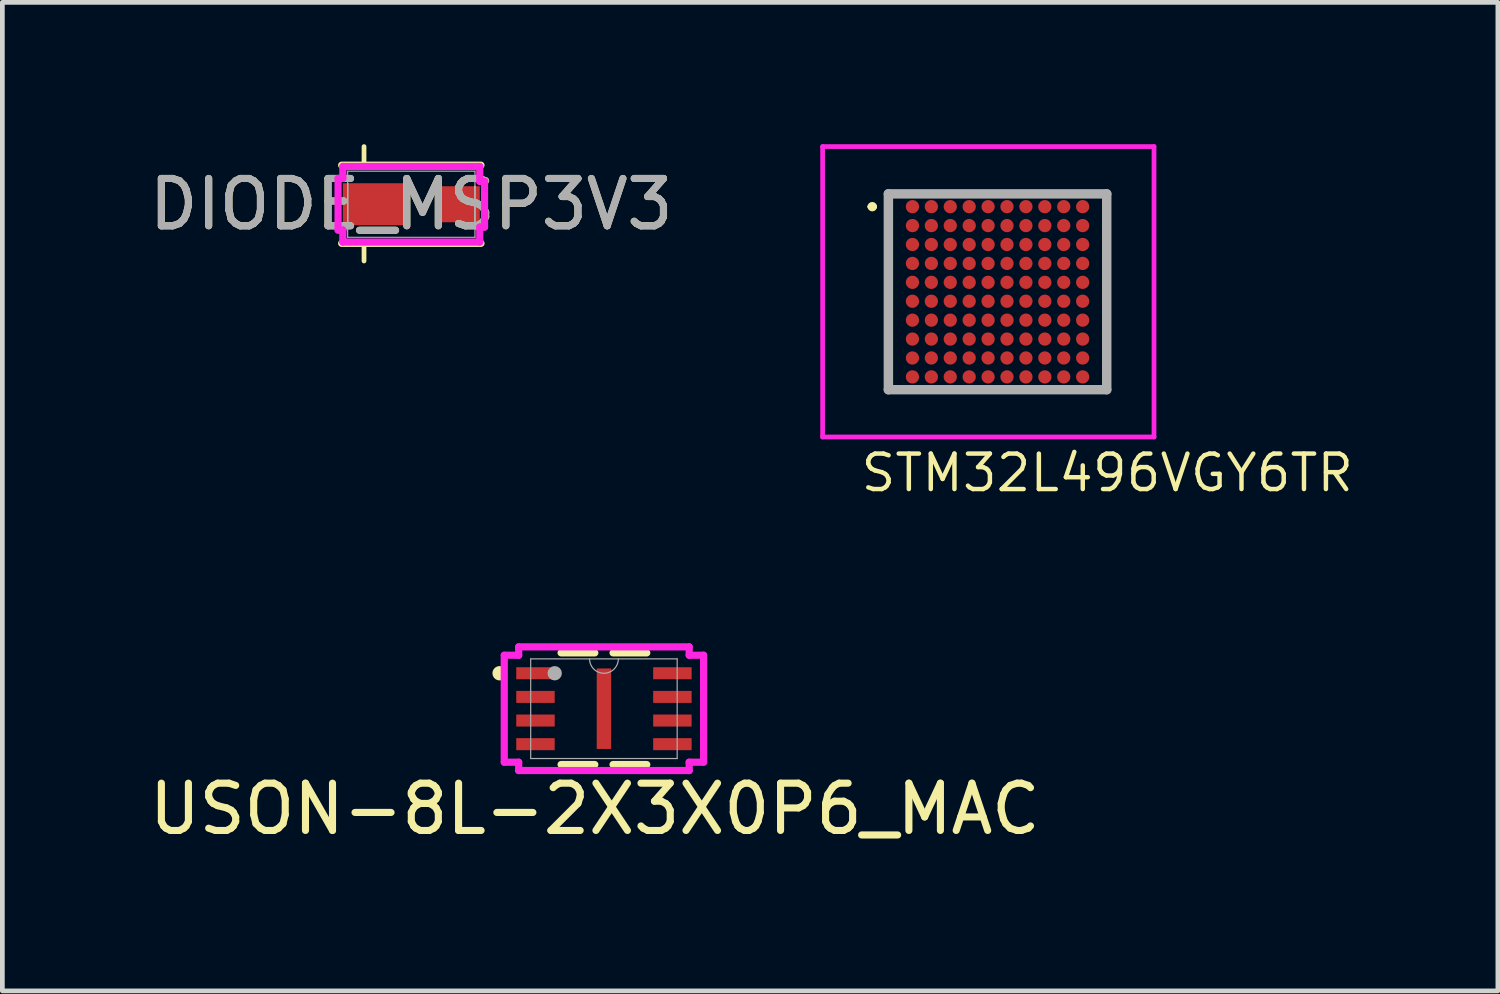
<source format=kicad_pcb>
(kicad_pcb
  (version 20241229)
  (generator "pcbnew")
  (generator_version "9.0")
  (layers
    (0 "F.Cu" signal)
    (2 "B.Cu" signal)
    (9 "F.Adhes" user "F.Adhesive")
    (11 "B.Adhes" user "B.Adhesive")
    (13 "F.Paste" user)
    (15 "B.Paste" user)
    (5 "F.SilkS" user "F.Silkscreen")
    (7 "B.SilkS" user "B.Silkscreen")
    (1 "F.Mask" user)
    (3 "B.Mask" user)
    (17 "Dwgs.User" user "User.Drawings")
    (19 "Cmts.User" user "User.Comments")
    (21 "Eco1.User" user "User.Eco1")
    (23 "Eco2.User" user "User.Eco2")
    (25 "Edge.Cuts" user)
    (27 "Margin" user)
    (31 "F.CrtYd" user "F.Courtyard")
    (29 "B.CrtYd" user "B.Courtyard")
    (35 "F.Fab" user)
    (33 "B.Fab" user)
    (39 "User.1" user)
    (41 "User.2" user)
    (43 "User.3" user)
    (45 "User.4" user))
  (footprint "USON-8L-2X3X0P6_MAC"
    (layer "F.Cu")
    (at 9.723 11.939)
    (property "Reference" "USON-8L-2X3X0P6_MAC" (at -0.193 2.12 0) (unlocked yes) (layer "F.SilkS") (effects (font (size 1 1) (thickness 0.15))))
    (attr smd)
    (fp_line (start -0.906 1.181) (end -0.193 1.181) (stroke (width 0.152) (type solid)) (layer "F.SilkS"))
    (fp_line (start -0.193 -1.181) (end -0.906 -1.181) (stroke (width 0.152) (type solid)) (layer "F.SilkS"))
    (fp_line (start 0.193 1.181) (end 0.906 1.181) (stroke (width 0.152) (type solid)) (layer "F.SilkS"))
    (fp_line (start 0.906 -1.181) (end 0.193 -1.181) (stroke (width 0.152) (type solid)) (layer "F.SilkS"))
    (fp_arc (start -2.18694 -0.676171) (mid -2.282 -0.75) (end -2.18694 -0.823829) (stroke (width 0.1524) (type solid)) (layer "F.SilkS"))
    (fp_line (start -2.108 -1.131) (end -1.803 -1.131) (stroke (width 0.152) (type solid)) (layer "F.CrtYd"))
    (fp_line (start -2.108 1.131) (end -2.108 -1.131) (stroke (width 0.152) (type solid)) (layer "F.CrtYd"))
    (fp_line (start -2.108 1.131) (end -1.803 1.131) (stroke (width 0.152) (type solid)) (layer "F.CrtYd"))
    (fp_line (start -1.803 -1.308) (end 1.803 -1.308) (stroke (width 0.152) (type solid)) (layer "F.CrtYd"))
    (fp_line (start -1.803 -1.131) (end -1.803 -1.308) (stroke (width 0.152) (type solid)) (layer "F.CrtYd"))
    (fp_line (start -1.803 1.308) (end -1.803 1.131) (stroke (width 0.152) (type solid)) (layer "F.CrtYd"))
    (fp_line (start 1.803 -1.308) (end 1.803 -1.131) (stroke (width 0.152) (type solid)) (layer "F.CrtYd"))
    (fp_line (start 1.803 1.131) (end 1.803 1.308) (stroke (width 0.152) (type solid)) (layer "F.CrtYd"))
    (fp_line (start 1.803 1.308) (end -1.803 1.308) (stroke (width 0.152) (type solid)) (layer "F.CrtYd"))
    (fp_line (start 2.108 -1.131) (end 1.803 -1.131) (stroke (width 0.152) (type solid)) (layer "F.CrtYd"))
    (fp_line (start 2.108 -1.131) (end 2.108 1.131) (stroke (width 0.152) (type solid)) (layer "F.CrtYd"))
    (fp_line (start 2.108 1.131) (end 1.803 1.131) (stroke (width 0.152) (type solid)) (layer "F.CrtYd"))
    (fp_line (start -1.549 -1.054) (end -1.549 1.054) (stroke (width 0.025) (type solid)) (layer "F.Fab"))
    (fp_line (start -1.549 1.054) (end 1.549 1.054) (stroke (width 0.025) (type solid)) (layer "F.Fab"))
    (fp_line (start 1.549 -1.054) (end -1.549 -1.054) (stroke (width 0.025) (type solid)) (layer "F.Fab"))
    (fp_line (start 1.549 1.054) (end 1.549 -1.054) (stroke (width 0.025) (type solid)) (layer "F.Fab"))
    (fp_arc (start 0.3048 -1.0541) (mid 0 -0.7493) (end -0.3048 -1.0541) (stroke (width 0.0254) (type solid)) (layer "F.Fab"))
    (fp_circle (center -1.041 -0.75) (end -1.041 -0.75) (stroke (width 0.152) (type solid)) (fill no) (layer "F.Fab"))
    (pad "1" smd rect (at -1.448 -0.75) (size 0.813 0.254) (layers "F.Cu" "F.Mask" "F.Paste"))
    (pad "2" smd rect (at -1.448 -0.25) (size 0.813 0.254) (layers "F.Cu" "F.Mask" "F.Paste"))
    (pad "3" smd rect (at -1.448 0.25) (size 0.813 0.254) (layers "F.Cu" "F.Mask" "F.Paste"))
    (pad "4" smd rect (at -1.448 0.75) (size 0.813 0.254) (layers "F.Cu" "F.Mask" "F.Paste"))
    (pad "5" smd rect (at 1.448 0.75) (size 0.813 0.254) (layers "F.Cu" "F.Mask" "F.Paste"))
    (pad "6" smd rect (at 1.448 0.25) (size 0.813 0.254) (layers "F.Cu" "F.Mask" "F.Paste"))
    (pad "7" smd rect (at 1.448 -0.25) (size 0.813 0.254) (layers "F.Cu" "F.Mask" "F.Paste"))
    (pad "8" smd rect (at 1.448 -0.75) (size 0.813 0.254) (layers "F.Cu" "F.Mask" "F.Paste"))
    (pad "9" smd rect (at 0 0) (size 0.305 1.702) (layers "F.Cu" "F.Mask" "F.Paste")))
  (footprint "DIODE_MSP3V3"
    (layer "F.Cu")
    (at 5.649 1.27)
    (property "Reference" "DIODE_MSP3V3" (at 0 0 0) (unlocked yes) (layer "F.SilkS") (effects (font (size 1 1) (thickness 0.15))))
    (attr smd)
    (fp_line (start -1.473 0.826) (end 1.473 0.826) (stroke (width 0.152) (type solid)) (layer "F.SilkS"))
    (fp_line (start -1 -1.22) (end -1 -0.82) (stroke (width 0.1) (type solid)) (layer "F.SilkS"))
    (fp_line (start -1 0.8) (end -1 1.2) (stroke (width 0.1) (type solid)) (layer "F.SilkS"))
    (fp_line (start 1.473 -0.826) (end -1.473 -0.826) (stroke (width 0.152) (type solid)) (layer "F.SilkS"))
    (fp_line (start -1.549 -0.546) (end -1.448 -0.546) (stroke (width 0.152) (type solid)) (layer "F.CrtYd"))
    (fp_line (start -1.549 0.546) (end -1.549 -0.546) (stroke (width 0.152) (type solid)) (layer "F.CrtYd"))
    (fp_line (start -1.448 -0.8) (end 1.448 -0.8) (stroke (width 0.152) (type solid)) (layer "F.CrtYd"))
    (fp_line (start -1.448 -0.546) (end -1.448 -0.8) (stroke (width 0.152) (type solid)) (layer "F.CrtYd"))
    (fp_line (start -1.448 0.546) (end -1.549 0.546) (stroke (width 0.152) (type solid)) (layer "F.CrtYd"))
    (fp_line (start -1.448 0.8) (end -1.448 0.546) (stroke (width 0.152) (type solid)) (layer "F.CrtYd"))
    (fp_line (start 1.448 -0.8) (end 1.448 -0.483) (stroke (width 0.152) (type solid)) (layer "F.CrtYd"))
    (fp_line (start 1.448 -0.483) (end 1.549 -0.483) (stroke (width 0.152) (type solid)) (layer "F.CrtYd"))
    (fp_line (start 1.448 0.483) (end 1.448 0.8) (stroke (width 0.152) (type solid)) (layer "F.CrtYd"))
    (fp_line (start 1.448 0.8) (end -1.448 0.8) (stroke (width 0.152) (type solid)) (layer "F.CrtYd"))
    (fp_line (start 1.549 -0.483) (end 1.549 0.483) (stroke (width 0.152) (type solid)) (layer "F.CrtYd"))
    (fp_line (start 1.549 0.483) (end 1.448 0.483) (stroke (width 0.152) (type solid)) (layer "F.CrtYd"))
    (fp_line (start -1.346 -0.699) (end -1.346 0.699) (stroke (width 0.025) (type solid)) (layer "F.Fab"))
    (fp_line (start -1.346 -0.445) (end -1.346 -0.445) (stroke (width 0.025) (type solid)) (layer "F.Fab"))
    (fp_line (start -1.346 -0.445) (end -1.346 0.445) (stroke (width 0.025) (type solid)) (layer "F.Fab"))
    (fp_line (start -1.346 0.445) (end -1.346 -0.445) (stroke (width 0.025) (type solid)) (layer "F.Fab"))
    (fp_line (start -1.346 0.445) (end -1.346 0.445) (stroke (width 0.025) (type solid)) (layer "F.Fab"))
    (fp_line (start -1.346 0.699) (end 1.346 0.699) (stroke (width 0.025) (type solid)) (layer "F.Fab"))
    (fp_line (start 1.346 -0.699) (end -1.346 -0.699) (stroke (width 0.025) (type solid)) (layer "F.Fab"))
    (fp_line (start 1.346 -0.381) (end 1.346 -0.381) (stroke (width 0.025) (type solid)) (layer "F.Fab"))
    (fp_line (start 1.346 -0.381) (end 1.346 0.381) (stroke (width 0.025) (type solid)) (layer "F.Fab"))
    (fp_line (start 1.346 0.381) (end 1.346 -0.381) (stroke (width 0.025) (type solid)) (layer "F.Fab"))
    (fp_line (start 1.346 0.381) (end 1.346 0.381) (stroke (width 0.025) (type solid)) (layer "F.Fab"))
    (fp_line (start 1.346 0.699) (end 1.346 -0.699) (stroke (width 0.025) (type solid)) (layer "F.Fab"))
    (fp_text user "${REFERENCE}" (at 0 0 0) (unlocked yes) (layer "F.Fab") (effects (font (size 1 1) (thickness 0.15))))
    (pad "1" smd rect (at -0.749 0) (size 1.397 0.889) (layers "F.Cu" "F.Mask" "F.Paste"))
    (pad "2" smd rect (at 1.016 0) (size 0.864 0.762) (layers "F.Cu" "F.Mask" "F.Paste"))
    (zone (net_name "") (layer "F.Cu") (hatch full 0.508) (connect_pads) (min_thickness 0.254) (filled_areas_thickness no) (keepout (tracks not_allowed) (vias not_allowed) (pads allowed) (copperpour not_allowed) (footprints allowed)) (placement (enabled no)) (fill) (polygon (pts (xy 5.649 0.622) (xy 6.182 0.622) (xy 6.182 1.918) (xy 5.649 1.918)))))
  (footprint "STM32L496VGY6TR"
    (layer "F.Cu")
    (at 18.048 3.121)
    (property "Reference" "STM32L496VGY6TR" (at 2.32 3.83 0) (layer "F.SilkS") (effects (font (size 0.75 0.75) (thickness 0.094))))
    (attr smd)
    (fp_line (start -2.7 -1.8) (end -2.7 -1.8) (stroke (width 0.1) (type solid)) (layer "F.SilkS"))
    (fp_line (start -2.6 -1.8) (end -2.6 -1.8) (stroke (width 0.1) (type solid)) (layer "F.SilkS"))
    (fp_line (start -2.309 -2.071) (end 2.309 -2.071) (stroke (width 0.1) (type solid)) (layer "F.SilkS"))
    (fp_line (start -2.309 2.071) (end -2.309 -2.071) (stroke (width 0.1) (type solid)) (layer "F.SilkS"))
    (fp_line (start 2.309 -2.071) (end 2.309 2.071) (stroke (width 0.1) (type solid)) (layer "F.SilkS"))
    (fp_line (start 2.309 2.071) (end -2.309 2.071) (stroke (width 0.1) (type solid)) (layer "F.SilkS"))
    (fp_arc (start -2.7 -1.8) (mid -2.65 -1.85) (end -2.6 -1.8) (stroke (width 0.1) (type solid)) (layer "F.SilkS"))
    (fp_arc (start -2.6 -1.8) (mid -2.65 -1.75) (end -2.7 -1.8) (stroke (width 0.1) (type solid)) (layer "F.SilkS"))
    (fp_line (start -3.7 -3.071) (end 3.309 -3.071) (stroke (width 0.1) (type solid)) (layer "F.CrtYd"))
    (fp_line (start -3.7 3.071) (end -3.7 -3.071) (stroke (width 0.1) (type solid)) (layer "F.CrtYd"))
    (fp_line (start 3.309 -3.071) (end 3.309 3.071) (stroke (width 0.1) (type solid)) (layer "F.CrtYd"))
    (fp_line (start 3.309 3.071) (end -3.7 3.071) (stroke (width 0.1) (type solid)) (layer "F.CrtYd"))
    (fp_line (start -2.309 -2.071) (end 2.309 -2.071) (stroke (width 0.2) (type solid)) (layer "F.Fab"))
    (fp_line (start -2.309 2.071) (end -2.309 -2.071) (stroke (width 0.2) (type solid)) (layer "F.Fab"))
    (fp_line (start 2.309 -2.071) (end 2.309 2.071) (stroke (width 0.2) (type solid)) (layer "F.Fab"))
    (fp_line (start 2.309 2.071) (end -2.309 2.071) (stroke (width 0.2) (type solid)) (layer "F.Fab"))
    (pad "A1" smd circle (at -1.8 -1.8 90) (size 0.28 0.28) (layers "F.Cu" "F.Mask" "F.Paste"))
    (pad "A2" smd circle (at -1.4 -1.8 90) (size 0.28 0.28) (layers "F.Cu" "F.Mask" "F.Paste"))
    (pad "A3" smd circle (at -1 -1.8 90) (size 0.28 0.28) (layers "F.Cu" "F.Mask" "F.Paste"))
    (pad "A4" smd circle (at -0.6 -1.8 90) (size 0.28 0.28) (layers "F.Cu" "F.Mask" "F.Paste"))
    (pad "A5" smd circle (at -0.2 -1.8 90) (size 0.28 0.28) (layers "F.Cu" "F.Mask" "F.Paste"))
    (pad "A6" smd circle (at 0.2 -1.8 90) (size 0.28 0.28) (layers "F.Cu" "F.Mask" "F.Paste"))
    (pad "A7" smd circle (at 0.6 -1.8 90) (size 0.28 0.28) (layers "F.Cu" "F.Mask" "F.Paste"))
    (pad "A8" smd circle (at 1 -1.8 90) (size 0.28 0.28) (layers "F.Cu" "F.Mask" "F.Paste"))
    (pad "A9" smd circle (at 1.4 -1.8 90) (size 0.28 0.28) (layers "F.Cu" "F.Mask" "F.Paste"))
    (pad "A10" smd circle (at 1.8 -1.8 90) (size 0.28 0.28) (layers "F.Cu" "F.Mask" "F.Paste"))
    (pad "B1" smd circle (at -1.8 -1.4 90) (size 0.28 0.28) (layers "F.Cu" "F.Mask" "F.Paste"))
    (pad "B2" smd circle (at -1.4 -1.4 90) (size 0.28 0.28) (layers "F.Cu" "F.Mask" "F.Paste"))
    (pad "B3" smd circle (at -1 -1.4 90) (size 0.28 0.28) (layers "F.Cu" "F.Mask" "F.Paste"))
    (pad "B4" smd circle (at -0.6 -1.4 90) (size 0.28 0.28) (layers "F.Cu" "F.Mask" "F.Paste"))
    (pad "B5" smd circle (at -0.2 -1.4 90) (size 0.28 0.28) (layers "F.Cu" "F.Mask" "F.Paste"))
    (pad "B6" smd circle (at 0.2 -1.4 90) (size 0.28 0.28) (layers "F.Cu" "F.Mask" "F.Paste"))
    (pad "B7" smd circle (at 0.6 -1.4 90) (size 0.28 0.28) (layers "F.Cu" "F.Mask" "F.Paste"))
    (pad "B8" smd circle (at 1 -1.4 90) (size 0.28 0.28) (layers "F.Cu" "F.Mask" "F.Paste"))
    (pad "B9" smd circle (at 1.4 -1.4 90) (size 0.28 0.28) (layers "F.Cu" "F.Mask" "F.Paste"))
    (pad "B10" smd circle (at 1.8 -1.4 90) (size 0.28 0.28) (layers "F.Cu" "F.Mask" "F.Paste"))
    (pad "C1" smd circle (at -1.8 -1 90) (size 0.28 0.28) (layers "F.Cu" "F.Mask" "F.Paste"))
    (pad "C2" smd circle (at -1.4 -1 90) (size 0.28 0.28) (layers "F.Cu" "F.Mask" "F.Paste"))
    (pad "C3" smd circle (at -1 -1 90) (size 0.28 0.28) (layers "F.Cu" "F.Mask" "F.Paste"))
    (pad "C4" smd circle (at -0.6 -1 90) (size 0.28 0.28) (layers "F.Cu" "F.Mask" "F.Paste"))
    (pad "C5" smd circle (at -0.2 -1 90) (size 0.28 0.28) (layers "F.Cu" "F.Mask" "F.Paste"))
    (pad "C6" smd circle (at 0.2 -1 90) (size 0.28 0.28) (layers "F.Cu" "F.Mask" "F.Paste"))
    (pad "C7" smd circle (at 0.6 -1 90) (size 0.28 0.28) (layers "F.Cu" "F.Mask" "F.Paste"))
    (pad "C8" smd circle (at 1 -1 90) (size 0.28 0.28) (layers "F.Cu" "F.Mask" "F.Paste"))
    (pad "C9" smd circle (at 1.4 -1 90) (size 0.28 0.28) (layers "F.Cu" "F.Mask" "F.Paste"))
    (pad "C10" smd circle (at 1.8 -1 90) (size 0.28 0.28) (layers "F.Cu" "F.Mask" "F.Paste"))
    (pad "D1" smd circle (at -1.8 -0.6 90) (size 0.28 0.28) (layers "F.Cu" "F.Mask" "F.Paste"))
    (pad "D2" smd circle (at -1.4 -0.6 90) (size 0.28 0.28) (layers "F.Cu" "F.Mask" "F.Paste"))
    (pad "D3" smd circle (at -1 -0.6 90) (size 0.28 0.28) (layers "F.Cu" "F.Mask" "F.Paste"))
    (pad "D4" smd circle (at -0.6 -0.6 90) (size 0.28 0.28) (layers "F.Cu" "F.Mask" "F.Paste"))
    (pad "D5" smd circle (at -0.2 -0.6 90) (size 0.28 0.28) (layers "F.Cu" "F.Mask" "F.Paste"))
    (pad "D6" smd circle (at 0.2 -0.6 90) (size 0.28 0.28) (layers "F.Cu" "F.Mask" "F.Paste"))
    (pad "D7" smd circle (at 0.6 -0.6 90) (size 0.28 0.28) (layers "F.Cu" "F.Mask" "F.Paste"))
    (pad "D8" smd circle (at 1 -0.6 90) (size 0.28 0.28) (layers "F.Cu" "F.Mask" "F.Paste"))
    (pad "D9" smd circle (at 1.4 -0.6 90) (size 0.28 0.28) (layers "F.Cu" "F.Mask" "F.Paste"))
    (pad "D10" smd circle (at 1.8 -0.6 90) (size 0.28 0.28) (layers "F.Cu" "F.Mask" "F.Paste"))
    (pad "E1" smd circle (at -1.8 -0.2 90) (size 0.28 0.28) (layers "F.Cu" "F.Mask" "F.Paste"))
    (pad "E2" smd circle (at -1.4 -0.2 90) (size 0.28 0.28) (layers "F.Cu" "F.Mask" "F.Paste"))
    (pad "E3" smd circle (at -1 -0.2 90) (size 0.28 0.28) (layers "F.Cu" "F.Mask" "F.Paste"))
    (pad "E4" smd circle (at -0.6 -0.2 90) (size 0.28 0.28) (layers "F.Cu" "F.Mask" "F.Paste"))
    (pad "E5" smd circle (at -0.2 -0.2 90) (size 0.28 0.28) (layers "F.Cu" "F.Mask" "F.Paste"))
    (pad "E6" smd circle (at 0.2 -0.2 90) (size 0.28 0.28) (layers "F.Cu" "F.Mask" "F.Paste"))
    (pad "E7" smd circle (at 0.6 -0.2 90) (size 0.28 0.28) (layers "F.Cu" "F.Mask" "F.Paste"))
    (pad "E8" smd circle (at 1 -0.2 90) (size 0.28 0.28) (layers "F.Cu" "F.Mask" "F.Paste"))
    (pad "E9" smd circle (at 1.4 -0.2 90) (size 0.28 0.28) (layers "F.Cu" "F.Mask" "F.Paste"))
    (pad "E10" smd circle (at 1.8 -0.2 90) (size 0.28 0.28) (layers "F.Cu" "F.Mask" "F.Paste"))
    (pad "F1" smd circle (at -1.8 0.2 90) (size 0.28 0.28) (layers "F.Cu" "F.Mask" "F.Paste"))
    (pad "F2" smd circle (at -1.4 0.2 90) (size 0.28 0.28) (layers "F.Cu" "F.Mask" "F.Paste"))
    (pad "F3" smd circle (at -1 0.2 90) (size 0.28 0.28) (layers "F.Cu" "F.Mask" "F.Paste"))
    (pad "F4" smd circle (at -0.6 0.2 90) (size 0.28 0.28) (layers "F.Cu" "F.Mask" "F.Paste"))
    (pad "F5" smd circle (at -0.2 0.2 90) (size 0.28 0.28) (layers "F.Cu" "F.Mask" "F.Paste"))
    (pad "F6" smd circle (at 0.2 0.2 90) (size 0.28 0.28) (layers "F.Cu" "F.Mask" "F.Paste"))
    (pad "F7" smd circle (at 0.6 0.2 90) (size 0.28 0.28) (layers "F.Cu" "F.Mask" "F.Paste"))
    (pad "F8" smd circle (at 1 0.2 90) (size 0.28 0.28) (layers "F.Cu" "F.Mask" "F.Paste"))
    (pad "F9" smd circle (at 1.4 0.2 90) (size 0.28 0.28) (layers "F.Cu" "F.Mask" "F.Paste"))
    (pad "F10" smd circle (at 1.8 0.2 90) (size 0.28 0.28) (layers "F.Cu" "F.Mask" "F.Paste"))
    (pad "G1" smd circle (at -1.8 0.6 90) (size 0.28 0.28) (layers "F.Cu" "F.Mask" "F.Paste"))
    (pad "G2" smd circle (at -1.4 0.6 90) (size 0.28 0.28) (layers "F.Cu" "F.Mask" "F.Paste"))
    (pad "G3" smd circle (at -1 0.6 90) (size 0.28 0.28) (layers "F.Cu" "F.Mask" "F.Paste"))
    (pad "G4" smd circle (at -0.6 0.6 90) (size 0.28 0.28) (layers "F.Cu" "F.Mask" "F.Paste"))
    (pad "G5" smd circle (at -0.2 0.6 90) (size 0.28 0.28) (layers "F.Cu" "F.Mask" "F.Paste"))
    (pad "G6" smd circle (at 0.2 0.6 90) (size 0.28 0.28) (layers "F.Cu" "F.Mask" "F.Paste"))
    (pad "G7" smd circle (at 0.6 0.6 90) (size 0.28 0.28) (layers "F.Cu" "F.Mask" "F.Paste"))
    (pad "G8" smd circle (at 1 0.6 90) (size 0.28 0.28) (layers "F.Cu" "F.Mask" "F.Paste"))
    (pad "G9" smd circle (at 1.4 0.6 90) (size 0.28 0.28) (layers "F.Cu" "F.Mask" "F.Paste"))
    (pad "G10" smd circle (at 1.8 0.6 90) (size 0.28 0.28) (layers "F.Cu" "F.Mask" "F.Paste"))
    (pad "H1" smd circle (at -1.8 1 90) (size 0.28 0.28) (layers "F.Cu" "F.Mask" "F.Paste"))
    (pad "H2" smd circle (at -1.4 1 90) (size 0.28 0.28) (layers "F.Cu" "F.Mask" "F.Paste"))
    (pad "H3" smd circle (at -1 1 90) (size 0.28 0.28) (layers "F.Cu" "F.Mask" "F.Paste"))
    (pad "H4" smd circle (at -0.6 1 90) (size 0.28 0.28) (layers "F.Cu" "F.Mask" "F.Paste"))
    (pad "H5" smd circle (at -0.2 1 90) (size 0.28 0.28) (layers "F.Cu" "F.Mask" "F.Paste"))
    (pad "H6" smd circle (at 0.2 1 90) (size 0.28 0.28) (layers "F.Cu" "F.Mask" "F.Paste"))
    (pad "H7" smd circle (at 0.6 1 90) (size 0.28 0.28) (layers "F.Cu" "F.Mask" "F.Paste"))
    (pad "H8" smd circle (at 1 1 90) (size 0.28 0.28) (layers "F.Cu" "F.Mask" "F.Paste"))
    (pad "H9" smd circle (at 1.4 1 90) (size 0.28 0.28) (layers "F.Cu" "F.Mask" "F.Paste"))
    (pad "H10" smd circle (at 1.8 1 90) (size 0.28 0.28) (layers "F.Cu" "F.Mask" "F.Paste"))
    (pad "J1" smd circle (at -1.8 1.4 90) (size 0.28 0.28) (layers "F.Cu" "F.Mask" "F.Paste"))
    (pad "J2" smd circle (at -1.4 1.4 90) (size 0.28 0.28) (layers "F.Cu" "F.Mask" "F.Paste"))
    (pad "J3" smd circle (at -1 1.4 90) (size 0.28 0.28) (layers "F.Cu" "F.Mask" "F.Paste"))
    (pad "J4" smd circle (at -0.6 1.4 90) (size 0.28 0.28) (layers "F.Cu" "F.Mask" "F.Paste"))
    (pad "J5" smd circle (at -0.2 1.4 90) (size 0.28 0.28) (layers "F.Cu" "F.Mask" "F.Paste"))
    (pad "J6" smd circle (at 0.2 1.4 90) (size 0.28 0.28) (layers "F.Cu" "F.Mask" "F.Paste"))
    (pad "J7" smd circle (at 0.6 1.4 90) (size 0.28 0.28) (layers "F.Cu" "F.Mask" "F.Paste"))
    (pad "J8" smd circle (at 1 1.4 90) (size 0.28 0.28) (layers "F.Cu" "F.Mask" "F.Paste"))
    (pad "J9" smd circle (at 1.4 1.4 90) (size 0.28 0.28) (layers "F.Cu" "F.Mask" "F.Paste"))
    (pad "J10" smd circle (at 1.8 1.4 90) (size 0.28 0.28) (layers "F.Cu" "F.Mask" "F.Paste"))
    (pad "K1" smd circle (at -1.8 1.8 90) (size 0.28 0.28) (layers "F.Cu" "F.Mask" "F.Paste"))
    (pad "K2" smd circle (at -1.4 1.8 90) (size 0.28 0.28) (layers "F.Cu" "F.Mask" "F.Paste"))
    (pad "K3" smd circle (at -1 1.8 90) (size 0.28 0.28) (layers "F.Cu" "F.Mask" "F.Paste"))
    (pad "K4" smd circle (at -0.6 1.8 90) (size 0.28 0.28) (layers "F.Cu" "F.Mask" "F.Paste"))
    (pad "K5" smd circle (at -0.2 1.8 90) (size 0.28 0.28) (layers "F.Cu" "F.Mask" "F.Paste"))
    (pad "K6" smd circle (at 0.2 1.8 90) (size 0.28 0.28) (layers "F.Cu" "F.Mask" "F.Paste"))
    (pad "K7" smd circle (at 0.6 1.8 90) (size 0.28 0.28) (layers "F.Cu" "F.Mask" "F.Paste"))
    (pad "K8" smd circle (at 1 1.8 90) (size 0.28 0.28) (layers "F.Cu" "F.Mask" "F.Paste"))
    (pad "K9" smd circle (at 1.4 1.8 90) (size 0.28 0.28) (layers "F.Cu" "F.Mask" "F.Paste"))
    (pad "K10" smd circle (at 1.8 1.8 90) (size 0.28 0.28) (layers "F.Cu" "F.Mask" "F.Paste")))
  (gr_rect
    (start -3 -3)
    (end 28.63 17.907)
    (stroke (width 0.1) (type default))
    (fill no)
    (layer "Edge.Cuts")))
</source>
